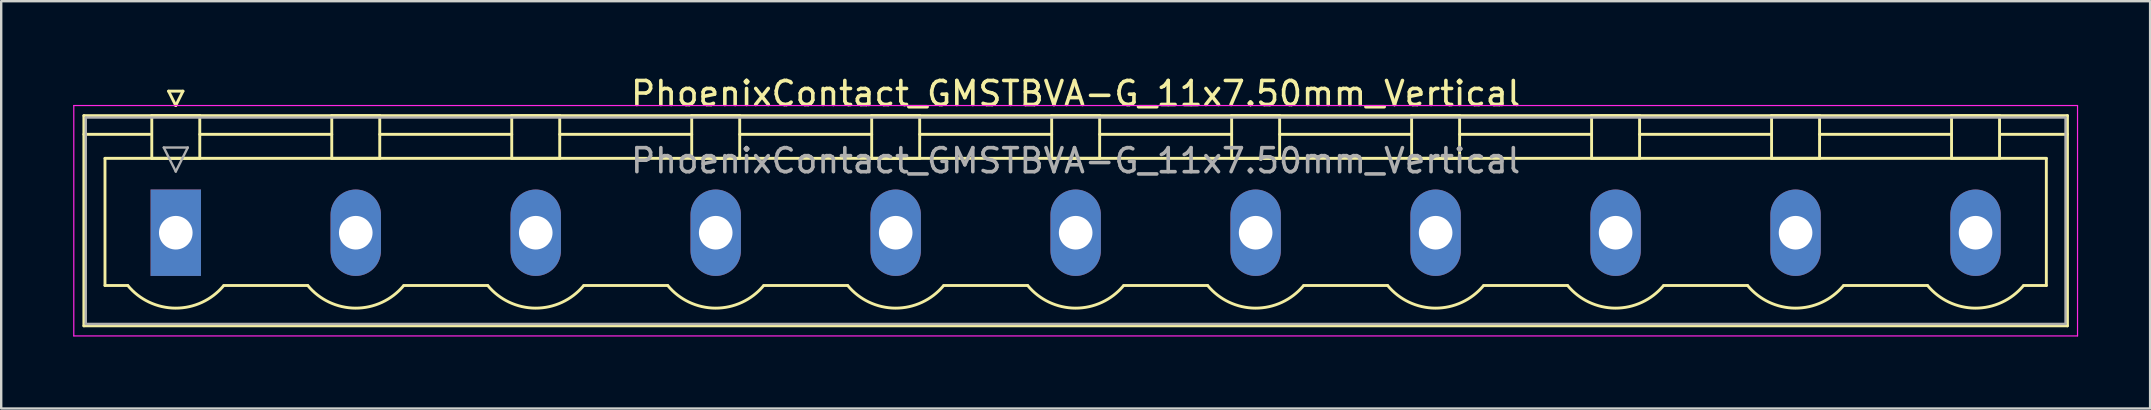
<source format=kicad_pcb>
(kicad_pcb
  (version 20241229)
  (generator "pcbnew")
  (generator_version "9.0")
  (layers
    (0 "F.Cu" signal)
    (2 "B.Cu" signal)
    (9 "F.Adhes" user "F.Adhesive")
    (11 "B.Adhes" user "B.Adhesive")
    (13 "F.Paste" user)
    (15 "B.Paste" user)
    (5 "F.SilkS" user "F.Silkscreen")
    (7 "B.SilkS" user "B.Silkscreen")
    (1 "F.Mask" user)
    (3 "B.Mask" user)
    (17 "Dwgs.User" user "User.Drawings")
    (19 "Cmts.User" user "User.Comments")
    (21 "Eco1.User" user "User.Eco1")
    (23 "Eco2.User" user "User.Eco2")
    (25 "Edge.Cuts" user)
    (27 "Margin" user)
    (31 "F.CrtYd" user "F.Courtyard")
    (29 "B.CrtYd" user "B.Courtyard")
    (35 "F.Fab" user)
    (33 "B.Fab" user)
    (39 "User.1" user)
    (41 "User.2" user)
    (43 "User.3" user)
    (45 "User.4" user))
  (footprint "PhoenixContact_GMSTBVA-G_11x7.50mm_Vertical"
    (layer "F.Cu")
    (at 4.275 6.648)
    (property "Reference" "PhoenixContact_GMSTBVA-G_11x7.50mm_Vertical" (at 37.5 -5.8 0) (layer "F.SilkS") (effects (font (size 1 1) (thickness 0.15))))
    (attr through_hole)
    (fp_line (start -3.83 -4.88) (end -3.83 3.88) (stroke (width 0.12) (type solid)) (layer "F.SilkS"))
    (fp_line (start -3.83 -4.1) (end -1.08 -4.1) (stroke (width 0.12) (type solid)) (layer "F.SilkS"))
    (fp_line (start -3.83 3.88) (end 78.83 3.88) (stroke (width 0.12) (type solid)) (layer "F.SilkS"))
    (fp_line (start -2.95 -3.1) (end 77.95 -3.1) (stroke (width 0.12) (type solid)) (layer "F.SilkS"))
    (fp_line (start -2.95 2.2) (end -2.95 -3.1) (stroke (width 0.12) (type solid)) (layer "F.SilkS"))
    (fp_line (start -2 2.2) (end -2.95 2.2) (stroke (width 0.12) (type solid)) (layer "F.SilkS"))
    (fp_line (start -1 -4.88) (end 1 -4.88) (stroke (width 0.12) (type solid)) (layer "F.SilkS"))
    (fp_line (start -1 -3.1) (end -1 -4.88) (stroke (width 0.12) (type solid)) (layer "F.SilkS"))
    (fp_line (start -0.3 -5.9) (end 0.3 -5.9) (stroke (width 0.12) (type solid)) (layer "F.SilkS"))
    (fp_line (start 0 -5.3) (end -0.3 -5.9) (stroke (width 0.12) (type solid)) (layer "F.SilkS"))
    (fp_line (start 0.3 -5.9) (end 0 -5.3) (stroke (width 0.12) (type solid)) (layer "F.SilkS"))
    (fp_line (start 1 -4.88) (end 1 -3.1) (stroke (width 0.12) (type solid)) (layer "F.SilkS"))
    (fp_line (start 1 -4.1) (end 6.5 -4.1) (stroke (width 0.12) (type solid)) (layer "F.SilkS"))
    (fp_line (start 1 -3.1) (end -1 -3.1) (stroke (width 0.12) (type solid)) (layer "F.SilkS"))
    (fp_line (start 2 2.2) (end 5.5 2.2) (stroke (width 0.12) (type solid)) (layer "F.SilkS"))
    (fp_line (start 6.5 -4.88) (end 8.5 -4.88) (stroke (width 0.12) (type solid)) (layer "F.SilkS"))
    (fp_line (start 6.5 -3.1) (end 6.5 -4.88) (stroke (width 0.12) (type solid)) (layer "F.SilkS"))
    (fp_line (start 8.5 -4.88) (end 8.5 -3.1) (stroke (width 0.12) (type solid)) (layer "F.SilkS"))
    (fp_line (start 8.5 -4.1) (end 14 -4.1) (stroke (width 0.12) (type solid)) (layer "F.SilkS"))
    (fp_line (start 8.5 -3.1) (end 6.5 -3.1) (stroke (width 0.12) (type solid)) (layer "F.SilkS"))
    (fp_line (start 9.5 2.2) (end 13 2.2) (stroke (width 0.12) (type solid)) (layer "F.SilkS"))
    (fp_line (start 14 -4.88) (end 16 -4.88) (stroke (width 0.12) (type solid)) (layer "F.SilkS"))
    (fp_line (start 14 -3.1) (end 14 -4.88) (stroke (width 0.12) (type solid)) (layer "F.SilkS"))
    (fp_line (start 16 -4.88) (end 16 -3.1) (stroke (width 0.12) (type solid)) (layer "F.SilkS"))
    (fp_line (start 16 -4.1) (end 21.5 -4.1) (stroke (width 0.12) (type solid)) (layer "F.SilkS"))
    (fp_line (start 16 -3.1) (end 14 -3.1) (stroke (width 0.12) (type solid)) (layer "F.SilkS"))
    (fp_line (start 17 2.2) (end 20.5 2.2) (stroke (width 0.12) (type solid)) (layer "F.SilkS"))
    (fp_line (start 21.5 -4.88) (end 23.5 -4.88) (stroke (width 0.12) (type solid)) (layer "F.SilkS"))
    (fp_line (start 21.5 -3.1) (end 21.5 -4.88) (stroke (width 0.12) (type solid)) (layer "F.SilkS"))
    (fp_line (start 23.5 -4.88) (end 23.5 -3.1) (stroke (width 0.12) (type solid)) (layer "F.SilkS"))
    (fp_line (start 23.5 -4.1) (end 29 -4.1) (stroke (width 0.12) (type solid)) (layer "F.SilkS"))
    (fp_line (start 23.5 -3.1) (end 21.5 -3.1) (stroke (width 0.12) (type solid)) (layer "F.SilkS"))
    (fp_line (start 24.5 2.2) (end 28 2.2) (stroke (width 0.12) (type solid)) (layer "F.SilkS"))
    (fp_line (start 29 -4.88) (end 31 -4.88) (stroke (width 0.12) (type solid)) (layer "F.SilkS"))
    (fp_line (start 29 -3.1) (end 29 -4.88) (stroke (width 0.12) (type solid)) (layer "F.SilkS"))
    (fp_line (start 31 -4.88) (end 31 -3.1) (stroke (width 0.12) (type solid)) (layer "F.SilkS"))
    (fp_line (start 31 -4.1) (end 36.5 -4.1) (stroke (width 0.12) (type solid)) (layer "F.SilkS"))
    (fp_line (start 31 -3.1) (end 29 -3.1) (stroke (width 0.12) (type solid)) (layer "F.SilkS"))
    (fp_line (start 32 2.2) (end 35.5 2.2) (stroke (width 0.12) (type solid)) (layer "F.SilkS"))
    (fp_line (start 36.5 -4.88) (end 38.5 -4.88) (stroke (width 0.12) (type solid)) (layer "F.SilkS"))
    (fp_line (start 36.5 -3.1) (end 36.5 -4.88) (stroke (width 0.12) (type solid)) (layer "F.SilkS"))
    (fp_line (start 38.5 -4.88) (end 38.5 -3.1) (stroke (width 0.12) (type solid)) (layer "F.SilkS"))
    (fp_line (start 38.5 -4.1) (end 44 -4.1) (stroke (width 0.12) (type solid)) (layer "F.SilkS"))
    (fp_line (start 38.5 -3.1) (end 36.5 -3.1) (stroke (width 0.12) (type solid)) (layer "F.SilkS"))
    (fp_line (start 39.5 2.2) (end 43 2.2) (stroke (width 0.12) (type solid)) (layer "F.SilkS"))
    (fp_line (start 44 -4.88) (end 46 -4.88) (stroke (width 0.12) (type solid)) (layer "F.SilkS"))
    (fp_line (start 44 -3.1) (end 44 -4.88) (stroke (width 0.12) (type solid)) (layer "F.SilkS"))
    (fp_line (start 46 -4.88) (end 46 -3.1) (stroke (width 0.12) (type solid)) (layer "F.SilkS"))
    (fp_line (start 46 -4.1) (end 51.5 -4.1) (stroke (width 0.12) (type solid)) (layer "F.SilkS"))
    (fp_line (start 46 -3.1) (end 44 -3.1) (stroke (width 0.12) (type solid)) (layer "F.SilkS"))
    (fp_line (start 47 2.2) (end 50.5 2.2) (stroke (width 0.12) (type solid)) (layer "F.SilkS"))
    (fp_line (start 51.5 -4.88) (end 53.5 -4.88) (stroke (width 0.12) (type solid)) (layer "F.SilkS"))
    (fp_line (start 51.5 -3.1) (end 51.5 -4.88) (stroke (width 0.12) (type solid)) (layer "F.SilkS"))
    (fp_line (start 53.5 -4.88) (end 53.5 -3.1) (stroke (width 0.12) (type solid)) (layer "F.SilkS"))
    (fp_line (start 53.5 -4.1) (end 59 -4.1) (stroke (width 0.12) (type solid)) (layer "F.SilkS"))
    (fp_line (start 53.5 -3.1) (end 51.5 -3.1) (stroke (width 0.12) (type solid)) (layer "F.SilkS"))
    (fp_line (start 54.5 2.2) (end 58 2.2) (stroke (width 0.12) (type solid)) (layer "F.SilkS"))
    (fp_line (start 59 -4.88) (end 61 -4.88) (stroke (width 0.12) (type solid)) (layer "F.SilkS"))
    (fp_line (start 59 -3.1) (end 59 -4.88) (stroke (width 0.12) (type solid)) (layer "F.SilkS"))
    (fp_line (start 61 -4.88) (end 61 -3.1) (stroke (width 0.12) (type solid)) (layer "F.SilkS"))
    (fp_line (start 61 -4.1) (end 66.5 -4.1) (stroke (width 0.12) (type solid)) (layer "F.SilkS"))
    (fp_line (start 61 -3.1) (end 59 -3.1) (stroke (width 0.12) (type solid)) (layer "F.SilkS"))
    (fp_line (start 62 2.2) (end 65.5 2.2) (stroke (width 0.12) (type solid)) (layer "F.SilkS"))
    (fp_line (start 66.5 -4.88) (end 68.5 -4.88) (stroke (width 0.12) (type solid)) (layer "F.SilkS"))
    (fp_line (start 66.5 -3.1) (end 66.5 -4.88) (stroke (width 0.12) (type solid)) (layer "F.SilkS"))
    (fp_line (start 68.5 -4.88) (end 68.5 -3.1) (stroke (width 0.12) (type solid)) (layer "F.SilkS"))
    (fp_line (start 68.5 -4.1) (end 74 -4.1) (stroke (width 0.12) (type solid)) (layer "F.SilkS"))
    (fp_line (start 68.5 -3.1) (end 66.5 -3.1) (stroke (width 0.12) (type solid)) (layer "F.SilkS"))
    (fp_line (start 69.5 2.2) (end 73 2.2) (stroke (width 0.12) (type solid)) (layer "F.SilkS"))
    (fp_line (start 74 -4.88) (end 76 -4.88) (stroke (width 0.12) (type solid)) (layer "F.SilkS"))
    (fp_line (start 74 -3.1) (end 74 -4.88) (stroke (width 0.12) (type solid)) (layer "F.SilkS"))
    (fp_line (start 76 -4.88) (end 76 -3.1) (stroke (width 0.12) (type solid)) (layer "F.SilkS"))
    (fp_line (start 76 -3.1) (end 74 -3.1) (stroke (width 0.12) (type solid)) (layer "F.SilkS"))
    (fp_line (start 77.95 -3.1) (end 77.95 2.2) (stroke (width 0.12) (type solid)) (layer "F.SilkS"))
    (fp_line (start 77.95 2.2) (end 77 2.2) (stroke (width 0.12) (type solid)) (layer "F.SilkS"))
    (fp_line (start 78.83 -4.88) (end -3.83 -4.88) (stroke (width 0.12) (type solid)) (layer "F.SilkS"))
    (fp_line (start 78.83 -4.1) (end 76.08 -4.1) (stroke (width 0.12) (type solid)) (layer "F.SilkS"))
    (fp_line (start 78.83 3.88) (end 78.83 -4.88) (stroke (width 0.12) (type solid)) (layer "F.SilkS"))
    (fp_arc (start 1.986842 2.215821) (mid -0.010289 3.142758) (end -2 2.2) (stroke (width 0.12) (type solid)) (layer "F.SilkS"))
    (fp_arc (start 9.486842 2.215821) (mid 7.489711 3.142758) (end 5.5 2.2) (stroke (width 0.12) (type solid)) (layer "F.SilkS"))
    (fp_arc (start 16.986842 2.215821) (mid 14.989711 3.142758) (end 13 2.2) (stroke (width 0.12) (type solid)) (layer "F.SilkS"))
    (fp_arc (start 24.486842 2.215821) (mid 22.489711 3.142758) (end 20.5 2.2) (stroke (width 0.12) (type solid)) (layer "F.SilkS"))
    (fp_arc (start 31.986842 2.215821) (mid 29.989711 3.142758) (end 28 2.2) (stroke (width 0.12) (type solid)) (layer "F.SilkS"))
    (fp_arc (start 39.486842 2.215821) (mid 37.489711 3.142758) (end 35.5 2.2) (stroke (width 0.12) (type solid)) (layer "F.SilkS"))
    (fp_arc (start 46.986842 2.215821) (mid 44.989711 3.142758) (end 43 2.2) (stroke (width 0.12) (type solid)) (layer "F.SilkS"))
    (fp_arc (start 54.486842 2.215821) (mid 52.489711 3.142758) (end 50.5 2.2) (stroke (width 0.12) (type solid)) (layer "F.SilkS"))
    (fp_arc (start 61.986842 2.215821) (mid 59.989711 3.142758) (end 58 2.2) (stroke (width 0.12) (type solid)) (layer "F.SilkS"))
    (fp_arc (start 69.486842 2.215821) (mid 67.489711 3.142758) (end 65.5 2.2) (stroke (width 0.12) (type solid)) (layer "F.SilkS"))
    (fp_arc (start 76.986842 2.215821) (mid 74.989711 3.142758) (end 73 2.2) (stroke (width 0.12) (type solid)) (layer "F.SilkS"))
    (fp_line (start -4.25 -5.3) (end -4.25 4.3) (stroke (width 0.05) (type solid)) (layer "F.CrtYd"))
    (fp_line (start -4.25 4.3) (end 79.25 4.3) (stroke (width 0.05) (type solid)) (layer "F.CrtYd"))
    (fp_line (start 79.25 -5.3) (end -4.25 -5.3) (stroke (width 0.05) (type solid)) (layer "F.CrtYd"))
    (fp_line (start 79.25 4.3) (end 79.25 -5.3) (stroke (width 0.05) (type solid)) (layer "F.CrtYd"))
    (fp_line (start -3.75 -4.8) (end -3.75 3.8) (stroke (width 0.1) (type solid)) (layer "F.Fab"))
    (fp_line (start -3.75 3.8) (end 78.75 3.8) (stroke (width 0.1) (type solid)) (layer "F.Fab"))
    (fp_line (start -0.5 -3.55) (end 0.5 -3.55) (stroke (width 0.1) (type solid)) (layer "F.Fab"))
    (fp_line (start 0 -2.55) (end -0.5 -3.55) (stroke (width 0.1) (type solid)) (layer "F.Fab"))
    (fp_line (start 0.5 -3.55) (end 0 -2.55) (stroke (width 0.1) (type solid)) (layer "F.Fab"))
    (fp_line (start 78.75 -4.8) (end -3.75 -4.8) (stroke (width 0.1) (type solid)) (layer "F.Fab"))
    (fp_line (start 78.75 3.8) (end 78.75 -4.8) (stroke (width 0.1) (type solid)) (layer "F.Fab"))
    (fp_text user "${REFERENCE}" (at 37.5 -3 0) (layer "F.Fab") (effects (font (size 1 1) (thickness 0.15))))
    (pad "1" thru_hole rect (at 0 0) (size 2.1 3.6) (drill 1.4) (layers "*.Cu" "*.Mask"))
    (pad "2" thru_hole oval (at 7.5 0) (size 2.1 3.6) (drill 1.4) (layers "*.Cu" "*.Mask"))
    (pad "3" thru_hole oval (at 15 0) (size 2.1 3.6) (drill 1.4) (layers "*.Cu" "*.Mask"))
    (pad "4" thru_hole oval (at 22.5 0) (size 2.1 3.6) (drill 1.4) (layers "*.Cu" "*.Mask"))
    (pad "5" thru_hole oval (at 30 0) (size 2.1 3.6) (drill 1.4) (layers "*.Cu" "*.Mask"))
    (pad "6" thru_hole oval (at 37.5 0) (size 2.1 3.6) (drill 1.4) (layers "*.Cu" "*.Mask"))
    (pad "7" thru_hole oval (at 45 0) (size 2.1 3.6) (drill 1.4) (layers "*.Cu" "*.Mask"))
    (pad "8" thru_hole oval (at 52.5 0) (size 2.1 3.6) (drill 1.4) (layers "*.Cu" "*.Mask"))
    (pad "9" thru_hole oval (at 60 0) (size 2.1 3.6) (drill 1.4) (layers "*.Cu" "*.Mask"))
    (pad "10" thru_hole oval (at 67.5 0) (size 2.1 3.6) (drill 1.4) (layers "*.Cu" "*.Mask"))
    (pad "11" thru_hole oval (at 75 0) (size 2.1 3.6) (drill 1.4) (layers "*.Cu" "*.Mask")))
  (gr_rect
    (start -3 -3)
    (end 86.55 13.973)
    (stroke (width 0.1) (type default))
    (fill no)
    (layer "Edge.Cuts")))
</source>
